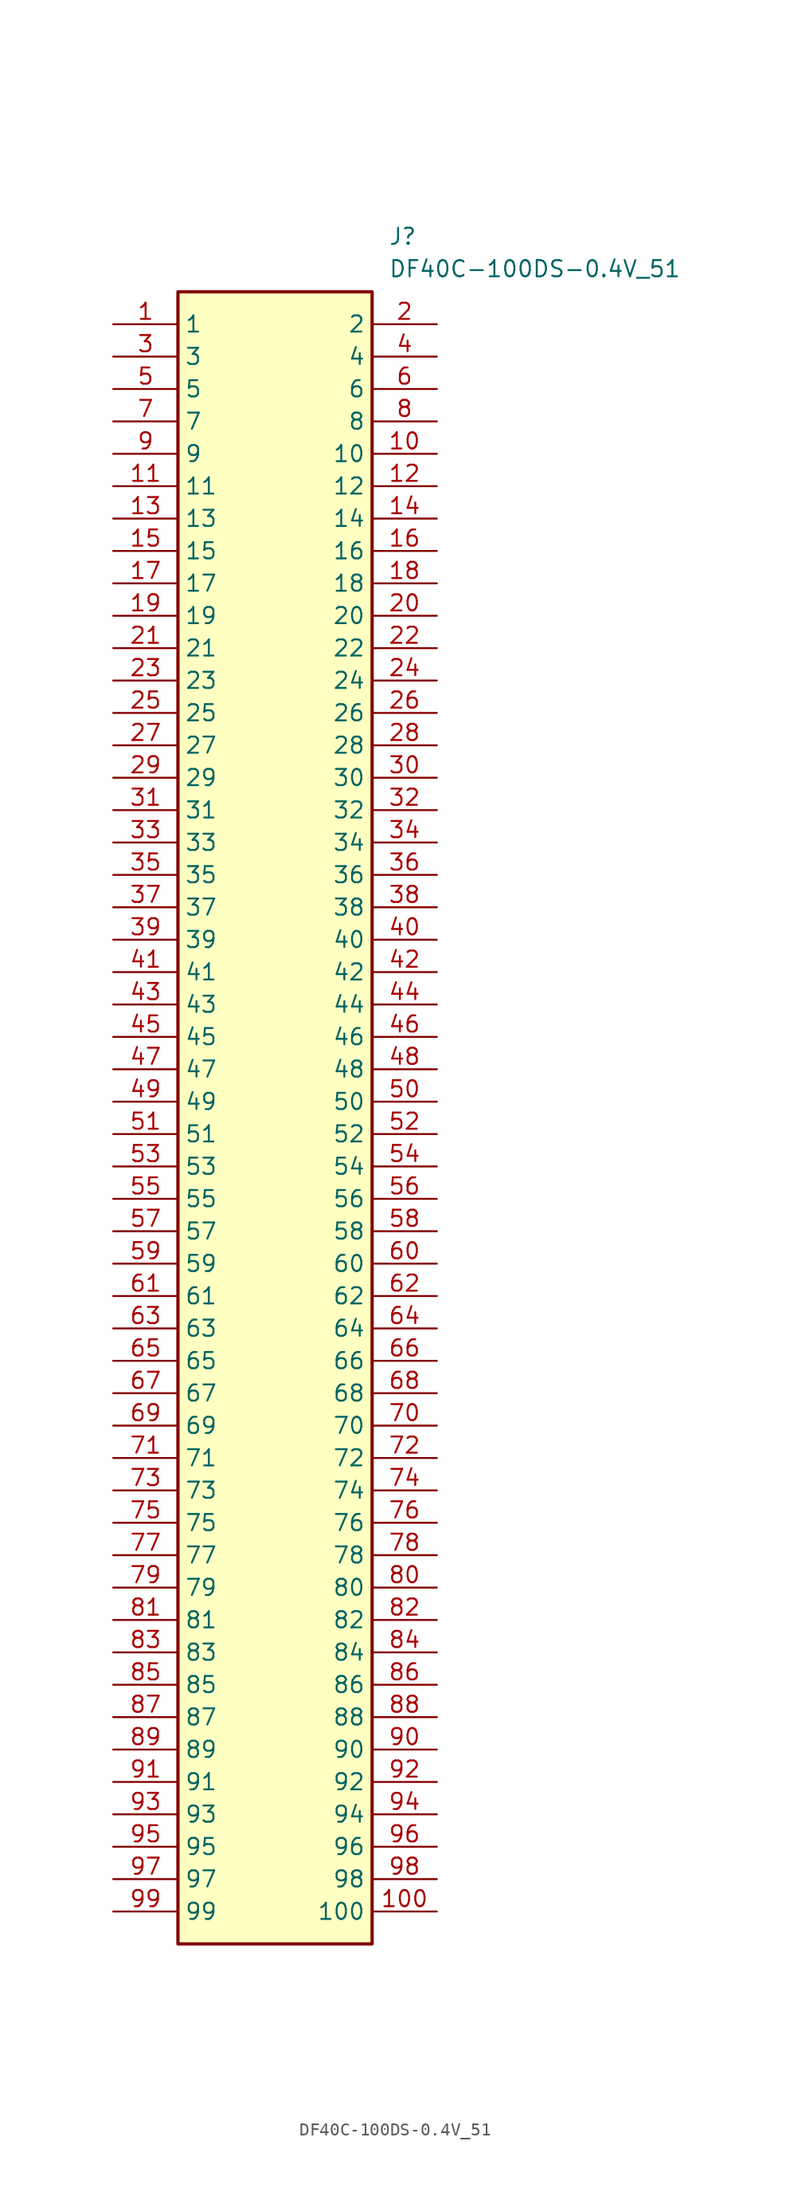
<source format=kicad_sym>
(kicad_symbol_lib
  (version 20241209)
  (generator "kicad_symbol_editor")
  (generator_version "9.0")
  (symbol "DF40C-100DS-0.4V_51"
    (property "Reference" "J"
      (at 21.59 7.62 0)
      (effects (font (size 1.27 1.27)) (justify left top)))
    (property "Value" "DF40C-100DS-0.4V_51"
      (at 21.59 5.08 0)
      (effects (font (size 1.27 1.27)) (justify left top)))
    (symbol "DF40C-100DS-0.4V_51_1_1"
      (rectangle (start 5.08 2.54) (end 20.32 -127) (stroke (width 0.254) (type default)) (fill (type background)))
      (pin passive line (at 0 0 0) (length 5.08) (name "1" (effects (font (size 1.27 1.27)))) (number "1" (effects (font (size 1.27 1.27)))))
      (pin passive line (at 0 -2.54 0) (length 5.08) (name "3" (effects (font (size 1.27 1.27)))) (number "3" (effects (font (size 1.27 1.27)))))
      (pin passive line (at 0 -5.08 0) (length 5.08) (name "5" (effects (font (size 1.27 1.27)))) (number "5" (effects (font (size 1.27 1.27)))))
      (pin passive line (at 0 -7.62 0) (length 5.08) (name "7" (effects (font (size 1.27 1.27)))) (number "7" (effects (font (size 1.27 1.27)))))
      (pin passive line (at 0 -10.16 0) (length 5.08) (name "9" (effects (font (size 1.27 1.27)))) (number "9" (effects (font (size 1.27 1.27)))))
      (pin passive line (at 0 -12.7 0) (length 5.08) (name "11" (effects (font (size 1.27 1.27)))) (number "11" (effects (font (size 1.27 1.27)))))
      (pin passive line (at 0 -15.24 0) (length 5.08) (name "13" (effects (font (size 1.27 1.27)))) (number "13" (effects (font (size 1.27 1.27)))))
      (pin passive line (at 0 -17.78 0) (length 5.08) (name "15" (effects (font (size 1.27 1.27)))) (number "15" (effects (font (size 1.27 1.27)))))
      (pin passive line (at 0 -20.32 0) (length 5.08) (name "17" (effects (font (size 1.27 1.27)))) (number "17" (effects (font (size 1.27 1.27)))))
      (pin passive line (at 0 -22.86 0) (length 5.08) (name "19" (effects (font (size 1.27 1.27)))) (number "19" (effects (font (size 1.27 1.27)))))
      (pin passive line (at 0 -25.4 0) (length 5.08) (name "21" (effects (font (size 1.27 1.27)))) (number "21" (effects (font (size 1.27 1.27)))))
      (pin passive line (at 0 -27.94 0) (length 5.08) (name "23" (effects (font (size 1.27 1.27)))) (number "23" (effects (font (size 1.27 1.27)))))
      (pin passive line (at 0 -30.48 0) (length 5.08) (name "25" (effects (font (size 1.27 1.27)))) (number "25" (effects (font (size 1.27 1.27)))))
      (pin passive line (at 0 -33.02 0) (length 5.08) (name "27" (effects (font (size 1.27 1.27)))) (number "27" (effects (font (size 1.27 1.27)))))
      (pin passive line (at 0 -35.56 0) (length 5.08) (name "29" (effects (font (size 1.27 1.27)))) (number "29" (effects (font (size 1.27 1.27)))))
      (pin passive line (at 0 -38.1 0) (length 5.08) (name "31" (effects (font (size 1.27 1.27)))) (number "31" (effects (font (size 1.27 1.27)))))
      (pin passive line (at 0 -40.64 0) (length 5.08) (name "33" (effects (font (size 1.27 1.27)))) (number "33" (effects (font (size 1.27 1.27)))))
      (pin passive line (at 0 -43.18 0) (length 5.08) (name "35" (effects (font (size 1.27 1.27)))) (number "35" (effects (font (size 1.27 1.27)))))
      (pin passive line (at 0 -45.72 0) (length 5.08) (name "37" (effects (font (size 1.27 1.27)))) (number "37" (effects (font (size 1.27 1.27)))))
      (pin passive line (at 0 -48.26 0) (length 5.08) (name "39" (effects (font (size 1.27 1.27)))) (number "39" (effects (font (size 1.27 1.27)))))
      (pin passive line (at 0 -50.8 0) (length 5.08) (name "41" (effects (font (size 1.27 1.27)))) (number "41" (effects (font (size 1.27 1.27)))))
      (pin passive line (at 0 -53.34 0) (length 5.08) (name "43" (effects (font (size 1.27 1.27)))) (number "43" (effects (font (size 1.27 1.27)))))
      (pin passive line (at 0 -55.88 0) (length 5.08) (name "45" (effects (font (size 1.27 1.27)))) (number "45" (effects (font (size 1.27 1.27)))))
      (pin passive line (at 0 -58.42 0) (length 5.08) (name "47" (effects (font (size 1.27 1.27)))) (number "47" (effects (font (size 1.27 1.27)))))
      (pin passive line (at 0 -60.96 0) (length 5.08) (name "49" (effects (font (size 1.27 1.27)))) (number "49" (effects (font (size 1.27 1.27)))))
      (pin passive line (at 0 -63.5 0) (length 5.08) (name "51" (effects (font (size 1.27 1.27)))) (number "51" (effects (font (size 1.27 1.27)))))
      (pin passive line (at 0 -66.04 0) (length 5.08) (name "53" (effects (font (size 1.27 1.27)))) (number "53" (effects (font (size 1.27 1.27)))))
      (pin passive line (at 0 -68.58 0) (length 5.08) (name "55" (effects (font (size 1.27 1.27)))) (number "55" (effects (font (size 1.27 1.27)))))
      (pin passive line (at 0 -71.12 0) (length 5.08) (name "57" (effects (font (size 1.27 1.27)))) (number "57" (effects (font (size 1.27 1.27)))))
      (pin passive line (at 0 -73.66 0) (length 5.08) (name "59" (effects (font (size 1.27 1.27)))) (number "59" (effects (font (size 1.27 1.27)))))
      (pin passive line (at 0 -76.2 0) (length 5.08) (name "61" (effects (font (size 1.27 1.27)))) (number "61" (effects (font (size 1.27 1.27)))))
      (pin passive line (at 0 -78.74 0) (length 5.08) (name "63" (effects (font (size 1.27 1.27)))) (number "63" (effects (font (size 1.27 1.27)))))
      (pin passive line (at 0 -81.28 0) (length 5.08) (name "65" (effects (font (size 1.27 1.27)))) (number "65" (effects (font (size 1.27 1.27)))))
      (pin passive line (at 0 -83.82 0) (length 5.08) (name "67" (effects (font (size 1.27 1.27)))) (number "67" (effects (font (size 1.27 1.27)))))
      (pin passive line (at 0 -86.36 0) (length 5.08) (name "69" (effects (font (size 1.27 1.27)))) (number "69" (effects (font (size 1.27 1.27)))))
      (pin passive line (at 0 -88.9 0) (length 5.08) (name "71" (effects (font (size 1.27 1.27)))) (number "71" (effects (font (size 1.27 1.27)))))
      (pin passive line (at 0 -91.44 0) (length 5.08) (name "73" (effects (font (size 1.27 1.27)))) (number "73" (effects (font (size 1.27 1.27)))))
      (pin passive line (at 0 -93.98 0) (length 5.08) (name "75" (effects (font (size 1.27 1.27)))) (number "75" (effects (font (size 1.27 1.27)))))
      (pin passive line (at 0 -96.52 0) (length 5.08) (name "77" (effects (font (size 1.27 1.27)))) (number "77" (effects (font (size 1.27 1.27)))))
      (pin passive line (at 0 -99.06 0) (length 5.08) (name "79" (effects (font (size 1.27 1.27)))) (number "79" (effects (font (size 1.27 1.27)))))
      (pin passive line (at 0 -101.6 0) (length 5.08) (name "81" (effects (font (size 1.27 1.27)))) (number "81" (effects (font (size 1.27 1.27)))))
      (pin passive line (at 0 -104.14 0) (length 5.08) (name "83" (effects (font (size 1.27 1.27)))) (number "83" (effects (font (size 1.27 1.27)))))
      (pin passive line (at 0 -106.68 0) (length 5.08) (name "85" (effects (font (size 1.27 1.27)))) (number "85" (effects (font (size 1.27 1.27)))))
      (pin passive line (at 0 -109.22 0) (length 5.08) (name "87" (effects (font (size 1.27 1.27)))) (number "87" (effects (font (size 1.27 1.27)))))
      (pin passive line (at 0 -111.76 0) (length 5.08) (name "89" (effects (font (size 1.27 1.27)))) (number "89" (effects (font (size 1.27 1.27)))))
      (pin passive line (at 0 -114.3 0) (length 5.08) (name "91" (effects (font (size 1.27 1.27)))) (number "91" (effects (font (size 1.27 1.27)))))
      (pin passive line (at 0 -116.84 0) (length 5.08) (name "93" (effects (font (size 1.27 1.27)))) (number "93" (effects (font (size 1.27 1.27)))))
      (pin passive line (at 0 -119.38 0) (length 5.08) (name "95" (effects (font (size 1.27 1.27)))) (number "95" (effects (font (size 1.27 1.27)))))
      (pin passive line (at 0 -121.92 0) (length 5.08) (name "97" (effects (font (size 1.27 1.27)))) (number "97" (effects (font (size 1.27 1.27)))))
      (pin passive line (at 0 -124.46 0) (length 5.08) (name "99" (effects (font (size 1.27 1.27)))) (number "99" (effects (font (size 1.27 1.27)))))
      (pin passive line (at 25.4 0 180) (length 5.08) (name "2" (effects (font (size 1.27 1.27)))) (number "2" (effects (font (size 1.27 1.27)))))
      (pin passive line (at 25.4 -2.54 180) (length 5.08) (name "4" (effects (font (size 1.27 1.27)))) (number "4" (effects (font (size 1.27 1.27)))))
      (pin passive line (at 25.4 -5.08 180) (length 5.08) (name "6" (effects (font (size 1.27 1.27)))) (number "6" (effects (font (size 1.27 1.27)))))
      (pin passive line (at 25.4 -7.62 180) (length 5.08) (name "8" (effects (font (size 1.27 1.27)))) (number "8" (effects (font (size 1.27 1.27)))))
      (pin passive line (at 25.4 -10.16 180) (length 5.08) (name "10" (effects (font (size 1.27 1.27)))) (number "10" (effects (font (size 1.27 1.27)))))
      (pin passive line (at 25.4 -12.7 180) (length 5.08) (name "12" (effects (font (size 1.27 1.27)))) (number "12" (effects (font (size 1.27 1.27)))))
      (pin passive line (at 25.4 -15.24 180) (length 5.08) (name "14" (effects (font (size 1.27 1.27)))) (number "14" (effects (font (size 1.27 1.27)))))
      (pin passive line (at 25.4 -17.78 180) (length 5.08) (name "16" (effects (font (size 1.27 1.27)))) (number "16" (effects (font (size 1.27 1.27)))))
      (pin passive line (at 25.4 -20.32 180) (length 5.08) (name "18" (effects (font (size 1.27 1.27)))) (number "18" (effects (font (size 1.27 1.27)))))
      (pin passive line (at 25.4 -22.86 180) (length 5.08) (name "20" (effects (font (size 1.27 1.27)))) (number "20" (effects (font (size 1.27 1.27)))))
      (pin passive line (at 25.4 -25.4 180) (length 5.08) (name "22" (effects (font (size 1.27 1.27)))) (number "22" (effects (font (size 1.27 1.27)))))
      (pin passive line (at 25.4 -27.94 180) (length 5.08) (name "24" (effects (font (size 1.27 1.27)))) (number "24" (effects (font (size 1.27 1.27)))))
      (pin passive line (at 25.4 -30.48 180) (length 5.08) (name "26" (effects (font (size 1.27 1.27)))) (number "26" (effects (font (size 1.27 1.27)))))
      (pin passive line (at 25.4 -33.02 180) (length 5.08) (name "28" (effects (font (size 1.27 1.27)))) (number "28" (effects (font (size 1.27 1.27)))))
      (pin passive line (at 25.4 -35.56 180) (length 5.08) (name "30" (effects (font (size 1.27 1.27)))) (number "30" (effects (font (size 1.27 1.27)))))
      (pin passive line (at 25.4 -38.1 180) (length 5.08) (name "32" (effects (font (size 1.27 1.27)))) (number "32" (effects (font (size 1.27 1.27)))))
      (pin passive line (at 25.4 -40.64 180) (length 5.08) (name "34" (effects (font (size 1.27 1.27)))) (number "34" (effects (font (size 1.27 1.27)))))
      (pin passive line (at 25.4 -43.18 180) (length 5.08) (name "36" (effects (font (size 1.27 1.27)))) (number "36" (effects (font (size 1.27 1.27)))))
      (pin passive line (at 25.4 -45.72 180) (length 5.08) (name "38" (effects (font (size 1.27 1.27)))) (number "38" (effects (font (size 1.27 1.27)))))
      (pin passive line (at 25.4 -48.26 180) (length 5.08) (name "40" (effects (font (size 1.27 1.27)))) (number "40" (effects (font (size 1.27 1.27)))))
      (pin passive line (at 25.4 -50.8 180) (length 5.08) (name "42" (effects (font (size 1.27 1.27)))) (number "42" (effects (font (size 1.27 1.27)))))
      (pin passive line (at 25.4 -53.34 180) (length 5.08) (name "44" (effects (font (size 1.27 1.27)))) (number "44" (effects (font (size 1.27 1.27)))))
      (pin passive line (at 25.4 -55.88 180) (length 5.08) (name "46" (effects (font (size 1.27 1.27)))) (number "46" (effects (font (size 1.27 1.27)))))
      (pin passive line (at 25.4 -58.42 180) (length 5.08) (name "48" (effects (font (size 1.27 1.27)))) (number "48" (effects (font (size 1.27 1.27)))))
      (pin passive line (at 25.4 -60.96 180) (length 5.08) (name "50" (effects (font (size 1.27 1.27)))) (number "50" (effects (font (size 1.27 1.27)))))
      (pin passive line (at 25.4 -63.5 180) (length 5.08) (name "52" (effects (font (size 1.27 1.27)))) (number "52" (effects (font (size 1.27 1.27)))))
      (pin passive line (at 25.4 -66.04 180) (length 5.08) (name "54" (effects (font (size 1.27 1.27)))) (number "54" (effects (font (size 1.27 1.27)))))
      (pin passive line (at 25.4 -68.58 180) (length 5.08) (name "56" (effects (font (size 1.27 1.27)))) (number "56" (effects (font (size 1.27 1.27)))))
      (pin passive line (at 25.4 -71.12 180) (length 5.08) (name "58" (effects (font (size 1.27 1.27)))) (number "58" (effects (font (size 1.27 1.27)))))
      (pin passive line (at 25.4 -73.66 180) (length 5.08) (name "60" (effects (font (size 1.27 1.27)))) (number "60" (effects (font (size 1.27 1.27)))))
      (pin passive line (at 25.4 -76.2 180) (length 5.08) (name "62" (effects (font (size 1.27 1.27)))) (number "62" (effects (font (size 1.27 1.27)))))
      (pin passive line (at 25.4 -78.74 180) (length 5.08) (name "64" (effects (font (size 1.27 1.27)))) (number "64" (effects (font (size 1.27 1.27)))))
      (pin passive line (at 25.4 -81.28 180) (length 5.08) (name "66" (effects (font (size 1.27 1.27)))) (number "66" (effects (font (size 1.27 1.27)))))
      (pin passive line (at 25.4 -83.82 180) (length 5.08) (name "68" (effects (font (size 1.27 1.27)))) (number "68" (effects (font (size 1.27 1.27)))))
      (pin passive line (at 25.4 -86.36 180) (length 5.08) (name "70" (effects (font (size 1.27 1.27)))) (number "70" (effects (font (size 1.27 1.27)))))
      (pin passive line (at 25.4 -88.9 180) (length 5.08) (name "72" (effects (font (size 1.27 1.27)))) (number "72" (effects (font (size 1.27 1.27)))))
      (pin passive line (at 25.4 -91.44 180) (length 5.08) (name "74" (effects (font (size 1.27 1.27)))) (number "74" (effects (font (size 1.27 1.27)))))
      (pin passive line (at 25.4 -93.98 180) (length 5.08) (name "76" (effects (font (size 1.27 1.27)))) (number "76" (effects (font (size 1.27 1.27)))))
      (pin passive line (at 25.4 -96.52 180) (length 5.08) (name "78" (effects (font (size 1.27 1.27)))) (number "78" (effects (font (size 1.27 1.27)))))
      (pin passive line (at 25.4 -99.06 180) (length 5.08) (name "80" (effects (font (size 1.27 1.27)))) (number "80" (effects (font (size 1.27 1.27)))))
      (pin passive line (at 25.4 -101.6 180) (length 5.08) (name "82" (effects (font (size 1.27 1.27)))) (number "82" (effects (font (size 1.27 1.27)))))
      (pin passive line (at 25.4 -104.14 180) (length 5.08) (name "84" (effects (font (size 1.27 1.27)))) (number "84" (effects (font (size 1.27 1.27)))))
      (pin passive line (at 25.4 -106.68 180) (length 5.08) (name "86" (effects (font (size 1.27 1.27)))) (number "86" (effects (font (size 1.27 1.27)))))
      (pin passive line (at 25.4 -109.22 180) (length 5.08) (name "88" (effects (font (size 1.27 1.27)))) (number "88" (effects (font (size 1.27 1.27)))))
      (pin passive line (at 25.4 -111.76 180) (length 5.08) (name "90" (effects (font (size 1.27 1.27)))) (number "90" (effects (font (size 1.27 1.27)))))
      (pin passive line (at 25.4 -114.3 180) (length 5.08) (name "92" (effects (font (size 1.27 1.27)))) (number "92" (effects (font (size 1.27 1.27)))))
      (pin passive line (at 25.4 -116.84 180) (length 5.08) (name "94" (effects (font (size 1.27 1.27)))) (number "94" (effects (font (size 1.27 1.27)))))
      (pin passive line (at 25.4 -119.38 180) (length 5.08) (name "96" (effects (font (size 1.27 1.27)))) (number "96" (effects (font (size 1.27 1.27)))))
      (pin passive line (at 25.4 -121.92 180) (length 5.08) (name "98" (effects (font (size 1.27 1.27)))) (number "98" (effects (font (size 1.27 1.27)))))
      (pin passive line (at 25.4 -124.46 180) (length 5.08) (name "100" (effects (font (size 1.27 1.27)))) (number "100" (effects (font (size 1.27 1.27))))))))
</source>
